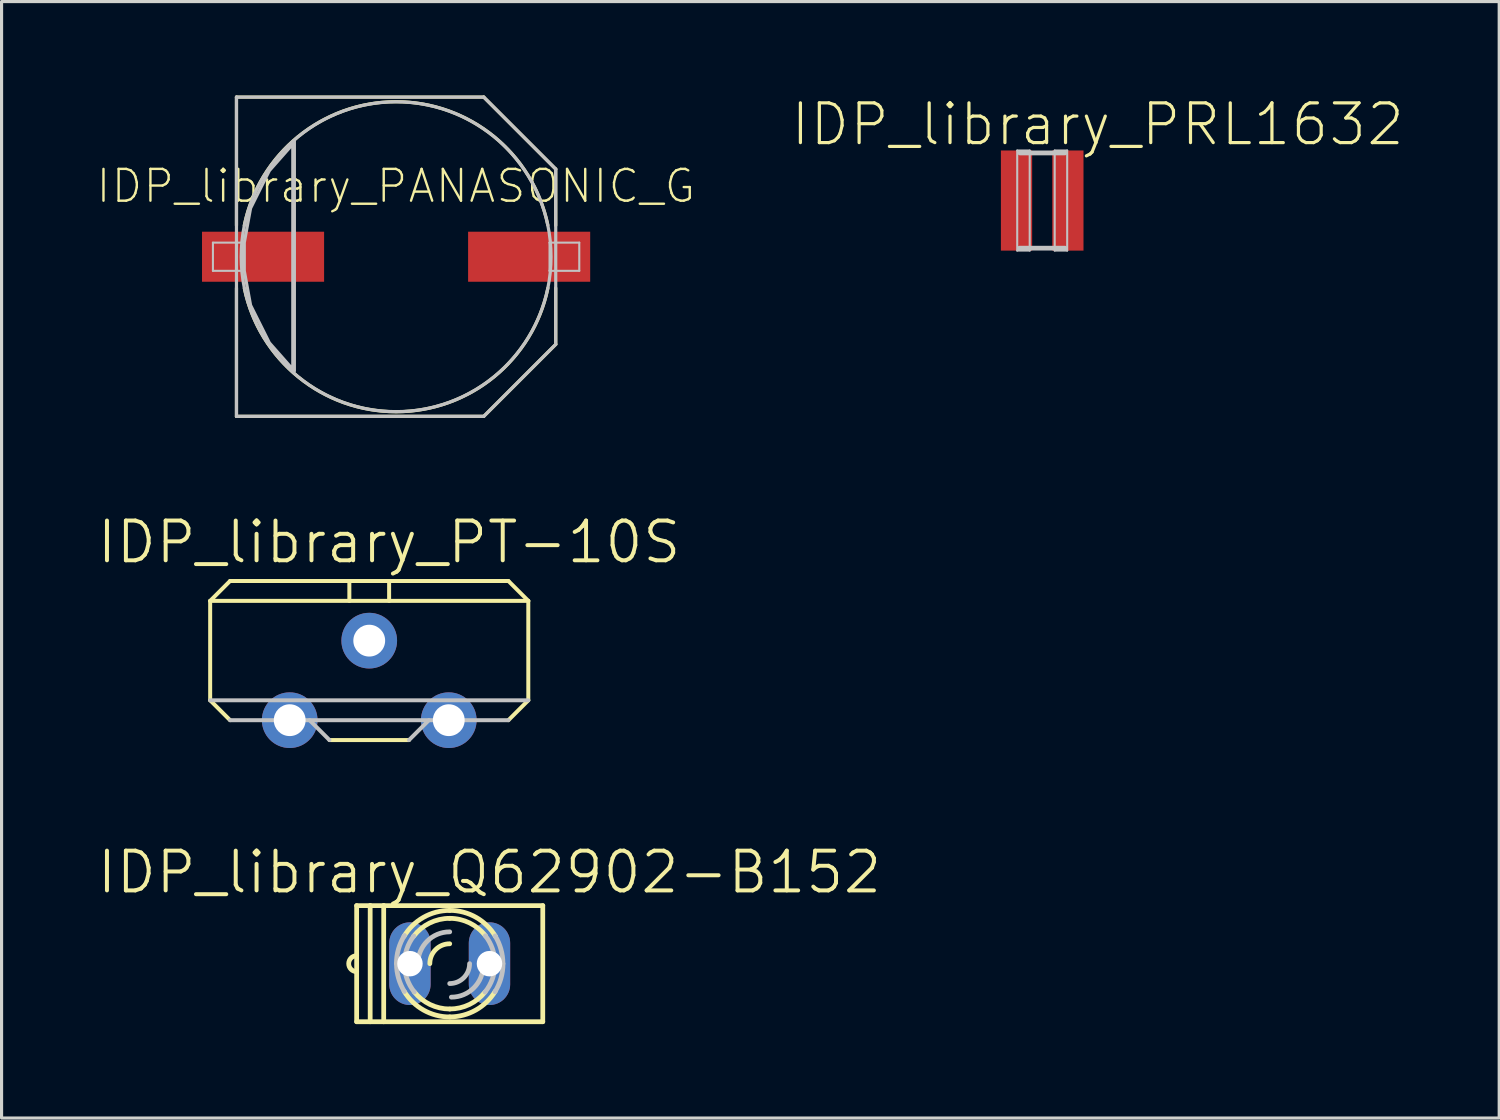
<source format=kicad_pcb>
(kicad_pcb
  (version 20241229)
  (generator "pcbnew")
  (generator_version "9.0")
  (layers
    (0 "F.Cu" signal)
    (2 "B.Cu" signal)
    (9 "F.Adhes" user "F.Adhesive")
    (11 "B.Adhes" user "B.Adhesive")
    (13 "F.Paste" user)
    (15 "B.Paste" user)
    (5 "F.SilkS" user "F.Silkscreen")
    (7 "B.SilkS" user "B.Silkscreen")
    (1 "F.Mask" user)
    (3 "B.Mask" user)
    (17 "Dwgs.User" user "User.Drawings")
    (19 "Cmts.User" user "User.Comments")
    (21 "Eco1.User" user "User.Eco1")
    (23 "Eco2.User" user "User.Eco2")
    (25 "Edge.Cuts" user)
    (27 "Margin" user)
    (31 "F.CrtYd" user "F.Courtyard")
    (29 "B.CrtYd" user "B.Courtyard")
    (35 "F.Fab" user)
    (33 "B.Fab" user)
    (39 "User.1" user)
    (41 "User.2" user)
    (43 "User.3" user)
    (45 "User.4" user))
  (footprint "IDP_library_PANASONIC_G"
    (layer "F.Cu")
    (at 9.6 5.149)
    (property "Reference" "IDP_library_PANASONIC_G" (at -0.008 -2.256 0) (layer "F.SilkS") (effects (font (size 1.016 1.016) (thickness 0.076))))
    (attr smd)
    (fp_line (start -5.098 -5.098) (end 2.799 -5.098) (stroke (width 0.102) (type solid)) (layer "F.SilkS"))
    (fp_line (start -5.098 -0.998) (end -5.098 -5.098) (stroke (width 0.102) (type solid)) (layer "F.SilkS"))
    (fp_line (start -5.098 5.098) (end -5.098 0.998) (stroke (width 0.102) (type solid)) (layer "F.SilkS"))
    (fp_line (start 2.799 -5.098) (end 5.098 -2.799) (stroke (width 0.102) (type solid)) (layer "F.SilkS"))
    (fp_line (start 2.799 5.098) (end -5.098 5.098) (stroke (width 0.102) (type solid)) (layer "F.SilkS"))
    (fp_line (start 5.098 -2.799) (end 5.098 -0.998) (stroke (width 0.102) (type solid)) (layer "F.SilkS"))
    (fp_line (start 5.098 0.998) (end 5.098 2.799) (stroke (width 0.102) (type solid)) (layer "F.SilkS"))
    (fp_line (start 5.098 2.799) (end 2.799 5.098) (stroke (width 0.102) (type solid)) (layer "F.SilkS"))
    (fp_arc (start -4.84886 -0.99822) (mid -0.005807 -4.950541) (end 4.846505 -1.009593) (stroke (width 0.1016) (type solid)) (layer "F.SilkS"))
    (fp_arc (start 4.84886 0.99822) (mid 0.005807 4.950541) (end -4.846505 1.009593) (stroke (width 0.1016) (type solid)) (layer "F.SilkS"))
    (fp_line (start -5.85 -0.45) (end -4.9 -0.45) (stroke (width 0.066) (type solid)) (layer "Dwgs.User"))
    (fp_line (start -5.85 0.45) (end -5.85 -0.45) (stroke (width 0.066) (type solid)) (layer "Dwgs.User"))
    (fp_line (start -5.85 0.45) (end -4.9 0.45) (stroke (width 0.066) (type solid)) (layer "Dwgs.User"))
    (fp_line (start -5.098 -5.098) (end 2.799 -5.098) (stroke (width 0.102) (type solid)) (layer "Dwgs.User"))
    (fp_line (start -5.098 5.098) (end -5.098 -5.098) (stroke (width 0.102) (type solid)) (layer "Dwgs.User"))
    (fp_line (start -4.9 0.45) (end -4.9 -0.45) (stroke (width 0.066) (type solid)) (layer "Dwgs.User"))
    (fp_line (start -3.249 -3.698) (end -3.249 3.65) (stroke (width 0.102) (type solid)) (layer "Dwgs.User"))
    (fp_line (start 2.799 -5.098) (end 5.098 -2.799) (stroke (width 0.102) (type solid)) (layer "Dwgs.User"))
    (fp_line (start 2.799 5.098) (end -5.098 5.098) (stroke (width 0.102) (type solid)) (layer "Dwgs.User"))
    (fp_line (start 4.9 -0.45) (end 5.85 -0.45) (stroke (width 0.066) (type solid)) (layer "Dwgs.User"))
    (fp_line (start 4.9 0.45) (end 4.9 -0.45) (stroke (width 0.066) (type solid)) (layer "Dwgs.User"))
    (fp_line (start 4.9 0.45) (end 5.85 0.45) (stroke (width 0.066) (type solid)) (layer "Dwgs.User"))
    (fp_line (start 5.098 -2.799) (end 5.098 2.799) (stroke (width 0.102) (type solid)) (layer "Dwgs.User"))
    (fp_line (start 5.098 2.799) (end 2.799 5.098) (stroke (width 0.102) (type solid)) (layer "Dwgs.User"))
    (fp_line (start 5.85 0.45) (end 5.85 -0.45) (stroke (width 0.066) (type solid)) (layer "Dwgs.User"))
    (fp_circle (center 0 0) (end 0 -4.948) (stroke (width 0.102) (type solid)) (fill no) (layer "Dwgs.User"))
    (fp_poly (pts (xy -3.299 -3.599) (xy -4.049 -2.748) (xy -4.648 -1.549) (xy -4.849 -0.45) (xy -4.849 0.45) (xy -4.648 1.549) (xy -4.049 2.748) (xy -3.299 3.599) (xy -3.299 -3.548) (xy -3.299 -3.599)) (stroke (width 0.102) (type solid)) (fill no) (layer "Dwgs.User"))
    (pad "+" smd rect (at 4.249 0) (size 3.899 1.598) (layers "F.Cu" "F.Mask" "F.Paste"))
    (pad "-" smd rect (at -4.249 0) (size 3.899 1.598) (layers "F.Cu" "F.Mask" "F.Paste")))
  (footprint "IDP_library_Q62902-B152"
    (layer "F.Cu")
    (at 11.312 27.726)
    (property "Reference" "IDP_library_Q62902-B152" (at 1.27 -2.921 0) (layer "F.SilkS") (effects (font (size 1.27 1.27) (thickness 0.127))))
    (attr exclude_from_pos_files exclude_from_bom)
    (fp_line (start -2.972 -0.254) (end -2.972 -1.854) (stroke (width 0.152) (type solid)) (layer "F.SilkS"))
    (fp_line (start -2.972 0.254) (end -2.972 -0.254) (stroke (width 0.152) (type solid)) (layer "F.SilkS"))
    (fp_line (start -2.972 1.854) (end -2.972 0.254) (stroke (width 0.152) (type solid)) (layer "F.SilkS"))
    (fp_line (start -2.54 -1.854) (end -2.972 -1.854) (stroke (width 0.152) (type solid)) (layer "F.SilkS"))
    (fp_line (start -2.54 -1.854) (end -2.108 -1.854) (stroke (width 0.152) (type solid)) (layer "F.SilkS"))
    (fp_line (start -2.54 1.854) (end -2.972 1.854) (stroke (width 0.152) (type solid)) (layer "F.SilkS"))
    (fp_line (start -2.54 1.854) (end -2.54 -1.854) (stroke (width 0.152) (type solid)) (layer "F.SilkS"))
    (fp_line (start -2.108 -1.854) (end -2.108 1.854) (stroke (width 0.152) (type solid)) (layer "F.SilkS"))
    (fp_line (start -2.108 -1.854) (end 2.972 -1.854) (stroke (width 0.152) (type solid)) (layer "F.SilkS"))
    (fp_line (start -2.108 1.854) (end -2.54 1.854) (stroke (width 0.152) (type solid)) (layer "F.SilkS"))
    (fp_line (start 2.972 -1.854) (end 2.972 1.854) (stroke (width 0.152) (type solid)) (layer "F.SilkS"))
    (fp_line (start 2.972 1.854) (end -2.108 1.854) (stroke (width 0.152) (type solid)) (layer "F.SilkS"))
    (fp_arc (start -2.9718 0.254) (mid -3.2258 0) (end -2.9718 -0.254) (stroke (width 0.1524) (type solid)) (layer "F.SilkS"))
    (fp_arc (start -1.4605 -0.87122) (mid -0.839566 -1.478923) (end 0.000504 -1.700613) (stroke (width 0.1524) (type solid)) (layer "F.SilkS"))
    (fp_arc (start -1.14808 -0.88138) (mid -0.64099 -1.29771) (end -0.002187 -1.447382) (stroke (width 0.1524) (type solid)) (layer "F.SilkS"))
    (fp_arc (start -0.635 0) (mid -0.449013 -0.449013) (end 0 -0.635) (stroke (width 0.1524) (type solid)) (layer "F.SilkS"))
    (fp_arc (start 0 -1.7018) (mid 0.844461 -1.477501) (end 1.466321 -0.863729) (stroke (width 0.1524) (type solid)) (layer "F.SilkS"))
    (fp_arc (start 0 -1.4478) (mid 0.639212 -1.299051) (end 1.147077 -0.883368) (stroke (width 0.1524) (type solid)) (layer "F.SilkS"))
    (fp_arc (start 0 1.4478) (mid -0.630127 1.303482) (end -1.134631 0.899298) (stroke (width 0.1524) (type solid)) (layer "F.SilkS"))
    (fp_arc (start 0 1.7018) (mid -0.83542 1.482632) (end -1.455659 0.881578) (stroke (width 0.1524) (type solid)) (layer "F.SilkS"))
    (fp_arc (start 1.1303 0.90424) (mid 0.627494 1.304408) (end 0.001015 1.44749) (stroke (width 0.1524) (type solid)) (layer "F.SilkS"))
    (fp_arc (start 1.45542 0.87884) (mid 0.836556 1.480129) (end 0.002219 1.700177) (stroke (width 0.1524) (type solid)) (layer "F.SilkS"))
    (fp_arc (start -1.7018 0) (mid -1.636284 -0.467652) (end -1.44478 -0.899296) (stroke (width 0.1524) (type solid)) (layer "Dwgs.User"))
    (fp_arc (start -1.4478 0) (mid -1.370559 -0.466576) (end -1.147077 -0.883368) (stroke (width 0.1524) (type solid)) (layer "Dwgs.User"))
    (fp_arc (start -1.4478 0.889) (mid -1.634753 0.462631) (end -1.698954 0.001524) (stroke (width 0.1524) (type solid)) (layer "Dwgs.User"))
    (fp_arc (start -1.1303 0.90424) (mid -1.365643 0.479842) (end -1.447489 0.001511) (stroke (width 0.1524) (type solid)) (layer "Dwgs.User"))
    (fp_arc (start -1.016 0) (mid -0.71842 -0.71842) (end 0 -1.016) (stroke (width 0.1524) (type solid)) (layer "Dwgs.User"))
    (fp_arc (start 0.635 0) (mid 0.449013 0.449013) (end 0 0.635) (stroke (width 0.1524) (type solid)) (layer "Dwgs.User"))
    (fp_arc (start 1.06934 0.05334) (mid 0.77176 0.77176) (end 0.05334 1.06934) (stroke (width 0.1524) (type solid)) (layer "Dwgs.User"))
    (fp_arc (start 1.13792 -0.89154) (mid 1.366181 -0.472497) (end 1.44558 -0.00197) (stroke (width 0.1524) (type solid)) (layer "Dwgs.User"))
    (fp_arc (start 1.4478 0) (mid 1.365598 0.480903) (end 1.128326 0.907197) (stroke (width 0.1524) (type solid)) (layer "Dwgs.User"))
    (fp_arc (start 1.45034 -0.88646) (mid 1.636107 -0.460925) (end 1.699793 -0.000998) (stroke (width 0.1524) (type solid)) (layer "Dwgs.User"))
    (fp_arc (start 1.7018 0) (mid 1.636691 0.466224) (end 1.446347 0.896773) (stroke (width 0.1524) (type solid)) (layer "Dwgs.User"))
    (pad "A" thru_hole oval (at 1.27 0 180) (size 1.321 2.642) (drill 0.813) (layers "*.Cu" "*.Paste" "*.Mask"))
    (pad "K" thru_hole oval (at -1.27 0 180) (size 1.321 2.642) (drill 0.813) (layers "*.Cu" "*.Paste" "*.Mask")))
  (footprint "IDP_library_PRL1632"
    (layer "F.Cu")
    (at 30.234 3.355)
    (property "Reference" "IDP_library_PRL1632" (at 1.773 -2.433 0) (layer "F.SilkS") (effects (font (size 1.27 1.27) (thickness 0.102))))
    (attr smd)
    (fp_line (start -0.798 -1.598) (end -0.399 -1.598) (stroke (width 0.066) (type solid)) (layer "Dwgs.User"))
    (fp_line (start -0.798 1.598) (end -0.798 -1.598) (stroke (width 0.066) (type solid)) (layer "Dwgs.User"))
    (fp_line (start -0.798 1.598) (end -0.399 1.598) (stroke (width 0.066) (type solid)) (layer "Dwgs.User"))
    (fp_line (start -0.399 1.598) (end -0.399 -1.598) (stroke (width 0.066) (type solid)) (layer "Dwgs.User"))
    (fp_line (start 0.399 -1.598) (end 0.798 -1.598) (stroke (width 0.066) (type solid)) (layer "Dwgs.User"))
    (fp_line (start 0.399 1.598) (end 0.399 -1.598) (stroke (width 0.066) (type solid)) (layer "Dwgs.User"))
    (fp_line (start 0.399 1.598) (end 0.798 1.598) (stroke (width 0.066) (type solid)) (layer "Dwgs.User"))
    (fp_line (start 0.726 -1.521) (end -0.714 -1.521) (stroke (width 0.152) (type solid)) (layer "Dwgs.User"))
    (fp_line (start 0.726 1.521) (end -0.726 1.521) (stroke (width 0.152) (type solid)) (layer "Dwgs.User"))
    (fp_line (start 0.798 1.598) (end 0.798 -1.598) (stroke (width 0.066) (type solid)) (layer "Dwgs.User"))
    (pad "1" smd rect (at -0.82 0) (size 0.998 3.198) (layers "F.Cu" "F.Mask" "F.Paste"))
    (pad "2" smd rect (at 0.82 0) (size 0.998 3.198) (layers "F.Cu" "F.Mask" "F.Paste")))
  (footprint "IDP_library_PT-10S"
    (layer "F.Cu")
    (at 8.742 18.68)
    (property "Reference" "IDP_library_PT-10S" (at 0.635 -4.417 0) (layer "F.SilkS") (effects (font (size 1.27 1.27) (thickness 0.127))))
    (attr exclude_from_pos_files exclude_from_bom)
    (fp_line (start -5.08 -2.54) (end 5.08 -2.54) (stroke (width 0.127) (type solid)) (layer "F.SilkS"))
    (fp_line (start -5.08 0.635) (end -5.08 -2.54) (stroke (width 0.127) (type solid)) (layer "F.SilkS"))
    (fp_line (start -4.445 -3.175) (end -5.08 -2.54) (stroke (width 0.127) (type solid)) (layer "F.SilkS"))
    (fp_line (start -4.445 -3.175) (end 4.445 -3.175) (stroke (width 0.127) (type solid)) (layer "F.SilkS"))
    (fp_line (start -4.445 1.27) (end -5.08 0.635) (stroke (width 0.127) (type solid)) (layer "F.SilkS"))
    (fp_line (start -1.27 1.905) (end 1.27 1.905) (stroke (width 0.127) (type solid)) (layer "F.SilkS"))
    (fp_line (start -0.635 -3.175) (end -0.635 -2.54) (stroke (width 0.127) (type solid)) (layer "F.SilkS"))
    (fp_line (start 0.635 -2.54) (end 0.635 -3.175) (stroke (width 0.127) (type solid)) (layer "F.SilkS"))
    (fp_line (start 5.08 -2.54) (end 4.445 -3.175) (stroke (width 0.127) (type solid)) (layer "F.SilkS"))
    (fp_line (start 5.08 -2.54) (end 5.08 0.635) (stroke (width 0.127) (type solid)) (layer "F.SilkS"))
    (fp_line (start 5.08 0.635) (end 4.445 1.27) (stroke (width 0.127) (type solid)) (layer "F.SilkS"))
    (fp_line (start -5.08 0.635) (end 5.08 0.635) (stroke (width 0.127) (type solid)) (layer "Dwgs.User"))
    (fp_line (start -4.445 1.27) (end 4.445 1.27) (stroke (width 0.127) (type solid)) (layer "Dwgs.User"))
    (fp_line (start -1.905 1.27) (end -1.27 1.905) (stroke (width 0.127) (type solid)) (layer "Dwgs.User"))
    (fp_line (start 1.27 1.905) (end 1.905 1.27) (stroke (width 0.127) (type solid)) (layer "Dwgs.User"))
    (pad "1" thru_hole circle (at -2.54 1.27) (size 1.778 1.778) (drill 1.016) (layers "*.Cu" "*.Paste" "*.Mask"))
    (pad "2" thru_hole circle (at 2.54 1.27) (size 1.778 1.778) (drill 1.016) (layers "*.Cu" "*.Paste" "*.Mask"))
    (pad "3" thru_hole circle (at 0 -1.27) (size 1.778 1.778) (drill 1.016) (layers "*.Cu" "*.Paste" "*.Mask")))
  (gr_rect
    (start -3 -3)
    (end 44.829 32.656)
    (stroke (width 0.1) (type default))
    (fill no)
    (layer "Edge.Cuts")))
</source>
